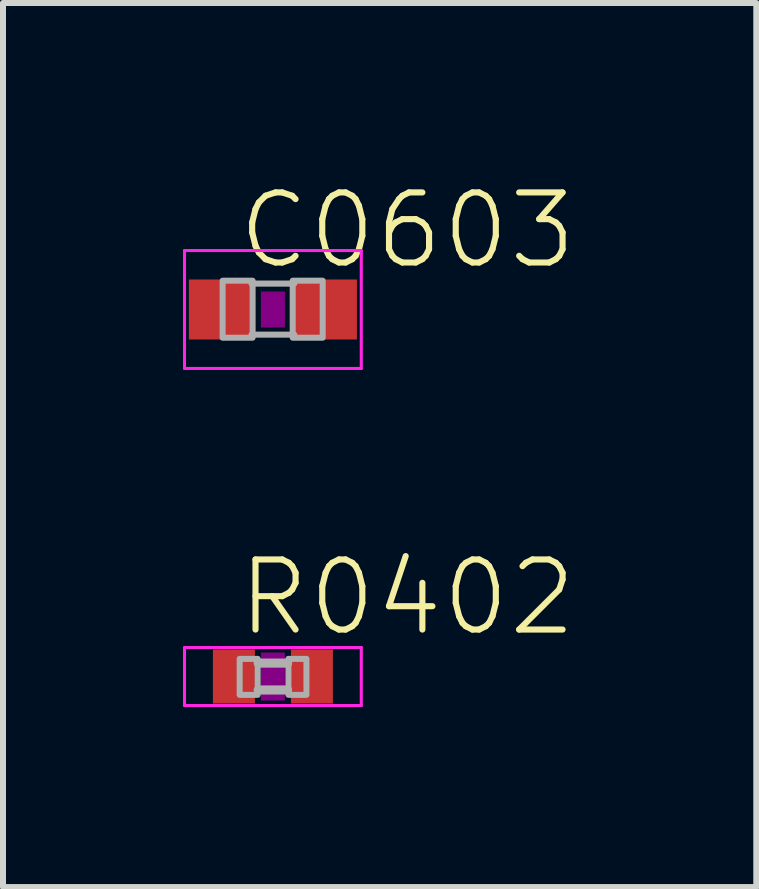
<source format=kicad_pcb>
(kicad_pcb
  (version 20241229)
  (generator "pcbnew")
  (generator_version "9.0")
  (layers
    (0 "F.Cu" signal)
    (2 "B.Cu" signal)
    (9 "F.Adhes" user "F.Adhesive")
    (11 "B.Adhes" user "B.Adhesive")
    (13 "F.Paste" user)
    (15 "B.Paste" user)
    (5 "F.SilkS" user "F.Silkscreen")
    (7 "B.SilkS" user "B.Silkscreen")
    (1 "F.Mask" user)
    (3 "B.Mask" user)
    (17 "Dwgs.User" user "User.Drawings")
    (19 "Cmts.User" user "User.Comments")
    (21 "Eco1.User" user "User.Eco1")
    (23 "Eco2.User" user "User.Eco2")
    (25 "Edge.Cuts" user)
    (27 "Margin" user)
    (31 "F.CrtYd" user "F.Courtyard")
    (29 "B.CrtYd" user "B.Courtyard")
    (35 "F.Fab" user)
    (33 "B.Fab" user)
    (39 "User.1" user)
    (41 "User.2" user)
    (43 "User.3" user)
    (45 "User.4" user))
  (footprint "R0402"
    (layer "F.Cu")
    (at 1.498 8.225)
    (property "Reference" "R0402" (at -0.635 -0.635 0) (layer "F.SilkS") (effects (font (size 1.168 1.168) (thickness 0.102)) (justify left bottom)))
    (fp_poly (pts (xy -0.2 0.4) (xy 0.2 0.4) (xy 0.2 -0.4) (xy -0.2 -0.4)) (stroke (width 0) (type solid)) (fill yes) (layer "F.Adhes"))
    (fp_line (start -1.473 -0.483) (end 1.473 -0.483) (stroke (width 0.051) (type solid)) (layer "F.CrtYd"))
    (fp_line (start -1.473 0.483) (end -1.473 -0.483) (stroke (width 0.051) (type solid)) (layer "F.CrtYd"))
    (fp_line (start 1.473 -0.483) (end 1.473 0.483) (stroke (width 0.051) (type solid)) (layer "F.CrtYd"))
    (fp_line (start 1.473 0.483) (end -1.473 0.483) (stroke (width 0.051) (type solid)) (layer "F.CrtYd"))
    (fp_line (start -0.245 -0.224) (end 0.245 -0.224) (stroke (width 0.152) (type solid)) (layer "F.Fab"))
    (fp_line (start 0.245 0.224) (end -0.245 0.224) (stroke (width 0.152) (type solid)) (layer "F.Fab"))
    (fp_poly (pts (xy -0.554 0.305) (xy -0.254 0.305) (xy -0.254 -0.295) (xy -0.554 -0.295)) (stroke (width 0.1) (type solid)) (fill no) (layer "F.Fab"))
    (fp_poly (pts (xy 0.259 0.305) (xy 0.559 0.305) (xy 0.559 -0.295) (xy 0.259 -0.295)) (stroke (width 0.1) (type solid)) (fill no) (layer "F.Fab"))
    (pad "1" smd rect (at -0.65 0) (size 0.7 0.9) (layers "F.Cu" "F.Mask" "F.Paste"))
    (pad "2" smd rect (at 0.65 0) (size 0.7 0.9) (layers "F.Cu" "F.Mask" "F.Paste")))
  (footprint "C0603"
    (layer "F.Cu")
    (at 1.498 2.108)
    (property "Reference" "C0603" (at -0.635 -0.635 0) (layer "F.SilkS") (effects (font (size 1.168 1.168) (thickness 0.102)) (justify left bottom)))
    (fp_poly (pts (xy -0.2 0.3) (xy 0.2 0.3) (xy 0.2 -0.3) (xy -0.2 -0.3)) (stroke (width 0) (type solid)) (fill yes) (layer "F.Adhes"))
    (fp_line (start -1.473 -0.983) (end 1.473 -0.983) (stroke (width 0.051) (type solid)) (layer "F.CrtYd"))
    (fp_line (start -1.473 0.983) (end -1.473 -0.983) (stroke (width 0.051) (type solid)) (layer "F.CrtYd"))
    (fp_line (start 1.473 -0.983) (end 1.473 0.983) (stroke (width 0.051) (type solid)) (layer "F.CrtYd"))
    (fp_line (start 1.473 0.983) (end -1.473 0.983) (stroke (width 0.051) (type solid)) (layer "F.CrtYd"))
    (fp_line (start -0.356 -0.432) (end 0.356 -0.432) (stroke (width 0.102) (type solid)) (layer "F.Fab"))
    (fp_line (start -0.356 0.419) (end 0.356 0.419) (stroke (width 0.102) (type solid)) (layer "F.Fab"))
    (fp_poly (pts (xy -0.838 0.47) (xy -0.338 0.47) (xy -0.338 -0.48) (xy -0.838 -0.48)) (stroke (width 0.1) (type solid)) (fill no) (layer "F.Fab"))
    (fp_poly (pts (xy 0.33 0.47) (xy 0.83 0.47) (xy 0.83 -0.48) (xy 0.33 -0.48)) (stroke (width 0.1) (type solid)) (fill no) (layer "F.Fab"))
    (pad "1" smd rect (at -0.85 0) (size 1.1 1) (layers "F.Cu" "F.Mask" "F.Paste"))
    (pad "2" smd rect (at 0.85 0) (size 1.1 1) (layers "F.Cu" "F.Mask" "F.Paste")))
  (gr_rect
    (start -3 -3)
    (end 9.554 11.733)
    (stroke (width 0.1) (type default))
    (fill no)
    (layer "Edge.Cuts")))
</source>
